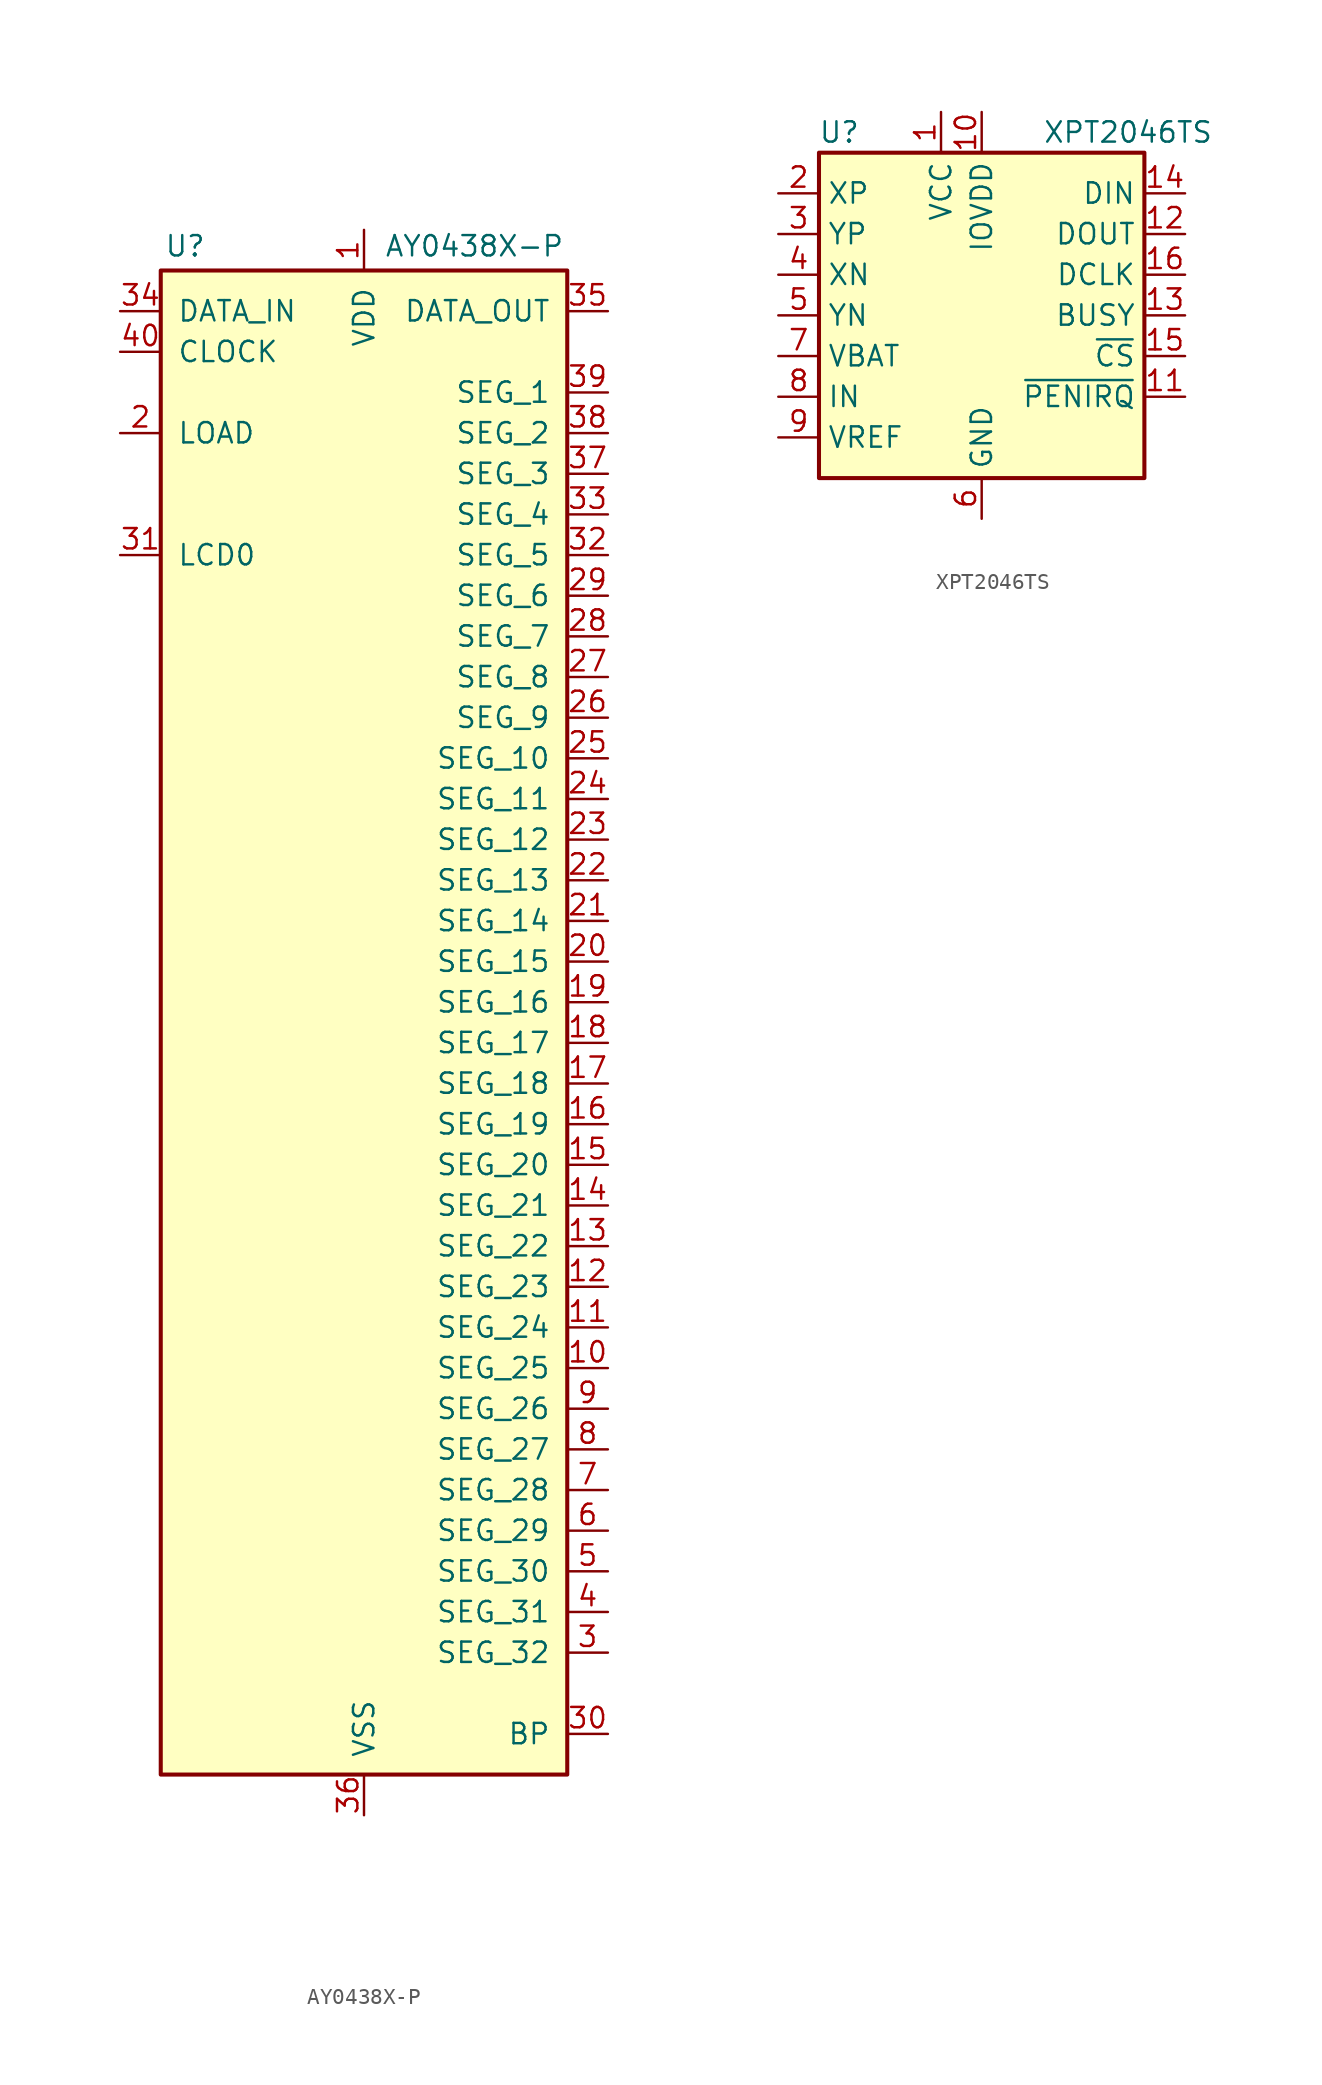
<source format=kicad_sym>
(kicad_symbol_lib
  (version 20231120)
  (generator "kicad_symbol_editor")
  (generator_version "8.0")
  (symbol "AY0438X-P"
    (pin_names
      (offset 1.016))
    (property "Reference" "U"
      (at -11.176 47.244 0)
      (effects (font (size 1.27 1.27))))
    (property "Value" "AY0438X-P"
      (at 1.27 47.244 0)
      (effects (font (size 1.27 1.27)) (justify left)))
    (symbol "AY0438X-P_0_1"
      (rectangle (start -12.7 45.72) (end 12.7 -48.26) (stroke (width 0.254) (type default)) (fill (type background))))
    (symbol "AY0438X-P_1_1"
      (pin power_in line (at 0 48.26 270) (length 2.54) (name "VDD" (effects (font (size 1.27 1.27)))) (number "1" (effects (font (size 1.27 1.27)))))
      (pin output line (at 15.24 -22.86 180) (length 2.54) (name "SEG_25" (effects (font (size 1.27 1.27)))) (number "10" (effects (font (size 1.27 1.27)))))
      (pin output line (at 15.24 -20.32 180) (length 2.54) (name "SEG_24" (effects (font (size 1.27 1.27)))) (number "11" (effects (font (size 1.27 1.27)))))
      (pin output line (at 15.24 -17.78 180) (length 2.54) (name "SEG_23" (effects (font (size 1.27 1.27)))) (number "12" (effects (font (size 1.27 1.27)))))
      (pin output line (at 15.24 -15.24 180) (length 2.54) (name "SEG_22" (effects (font (size 1.27 1.27)))) (number "13" (effects (font (size 1.27 1.27)))))
      (pin output line (at 15.24 -12.7 180) (length 2.54) (name "SEG_21" (effects (font (size 1.27 1.27)))) (number "14" (effects (font (size 1.27 1.27)))))
      (pin output line (at 15.24 -10.16 180) (length 2.54) (name "SEG_20" (effects (font (size 1.27 1.27)))) (number "15" (effects (font (size 1.27 1.27)))))
      (pin output line (at 15.24 -7.62 180) (length 2.54) (name "SEG_19" (effects (font (size 1.27 1.27)))) (number "16" (effects (font (size 1.27 1.27)))))
      (pin output line (at 15.24 -5.08 180) (length 2.54) (name "SEG_18" (effects (font (size 1.27 1.27)))) (number "17" (effects (font (size 1.27 1.27)))))
      (pin output line (at 15.24 -2.54 180) (length 2.54) (name "SEG_17" (effects (font (size 1.27 1.27)))) (number "18" (effects (font (size 1.27 1.27)))))
      (pin output line (at 15.24 0 180) (length 2.54) (name "SEG_16" (effects (font (size 1.27 1.27)))) (number "19" (effects (font (size 1.27 1.27)))))
      (pin input line (at -15.24 35.56 0) (length 2.54) (name "LOAD" (effects (font (size 1.27 1.27)))) (number "2" (effects (font (size 1.27 1.27)))))
      (pin output line (at 15.24 2.54 180) (length 2.54) (name "SEG_15" (effects (font (size 1.27 1.27)))) (number "20" (effects (font (size 1.27 1.27)))))
      (pin output line (at 15.24 5.08 180) (length 2.54) (name "SEG_14" (effects (font (size 1.27 1.27)))) (number "21" (effects (font (size 1.27 1.27)))))
      (pin output line (at 15.24 7.62 180) (length 2.54) (name "SEG_13" (effects (font (size 1.27 1.27)))) (number "22" (effects (font (size 1.27 1.27)))))
      (pin output line (at 15.24 10.16 180) (length 2.54) (name "SEG_12" (effects (font (size 1.27 1.27)))) (number "23" (effects (font (size 1.27 1.27)))))
      (pin output line (at 15.24 12.7 180) (length 2.54) (name "SEG_11" (effects (font (size 1.27 1.27)))) (number "24" (effects (font (size 1.27 1.27)))))
      (pin output line (at 15.24 15.24 180) (length 2.54) (name "SEG_10" (effects (font (size 1.27 1.27)))) (number "25" (effects (font (size 1.27 1.27)))))
      (pin output line (at 15.24 17.78 180) (length 2.54) (name "SEG_9" (effects (font (size 1.27 1.27)))) (number "26" (effects (font (size 1.27 1.27)))))
      (pin output line (at 15.24 20.32 180) (length 2.54) (name "SEG_8" (effects (font (size 1.27 1.27)))) (number "27" (effects (font (size 1.27 1.27)))))
      (pin output line (at 15.24 22.86 180) (length 2.54) (name "SEG_7" (effects (font (size 1.27 1.27)))) (number "28" (effects (font (size 1.27 1.27)))))
      (pin output line (at 15.24 25.4 180) (length 2.54) (name "SEG_6" (effects (font (size 1.27 1.27)))) (number "29" (effects (font (size 1.27 1.27)))))
      (pin output line (at 15.24 -40.64 180) (length 2.54) (name "SEG_32" (effects (font (size 1.27 1.27)))) (number "3" (effects (font (size 1.27 1.27)))))
      (pin output line (at 15.24 -45.72 180) (length 2.54) (name "BP" (effects (font (size 1.27 1.27)))) (number "30" (effects (font (size 1.27 1.27)))))
      (pin input line (at -15.24 27.94 0) (length 2.54) (name "LCD0" (effects (font (size 1.27 1.27)))) (number "31" (effects (font (size 1.27 1.27)))))
      (pin output line (at 15.24 27.94 180) (length 2.54) (name "SEG_5" (effects (font (size 1.27 1.27)))) (number "32" (effects (font (size 1.27 1.27)))))
      (pin output line (at 15.24 30.48 180) (length 2.54) (name "SEG_4" (effects (font (size 1.27 1.27)))) (number "33" (effects (font (size 1.27 1.27)))))
      (pin input line (at -15.24 43.18 0) (length 2.54) (name "DATA_IN" (effects (font (size 1.27 1.27)))) (number "34" (effects (font (size 1.27 1.27)))))
      (pin output line (at 15.24 43.18 180) (length 2.54) (name "DATA_OUT" (effects (font (size 1.27 1.27)))) (number "35" (effects (font (size 1.27 1.27)))))
      (pin power_in line (at 0 -50.8 90) (length 2.54) (name "VSS" (effects (font (size 1.27 1.27)))) (number "36" (effects (font (size 1.27 1.27)))))
      (pin output line (at 15.24 33.02 180) (length 2.54) (name "SEG_3" (effects (font (size 1.27 1.27)))) (number "37" (effects (font (size 1.27 1.27)))))
      (pin output line (at 15.24 35.56 180) (length 2.54) (name "SEG_2" (effects (font (size 1.27 1.27)))) (number "38" (effects (font (size 1.27 1.27)))))
      (pin output line (at 15.24 38.1 180) (length 2.54) (name "SEG_1" (effects (font (size 1.27 1.27)))) (number "39" (effects (font (size 1.27 1.27)))))
      (pin output line (at 15.24 -38.1 180) (length 2.54) (name "SEG_31" (effects (font (size 1.27 1.27)))) (number "4" (effects (font (size 1.27 1.27)))))
      (pin input line (at -15.24 40.64 0) (length 2.54) (name "CLOCK" (effects (font (size 1.27 1.27)))) (number "40" (effects (font (size 1.27 1.27)))))
      (pin output line (at 15.24 -35.56 180) (length 2.54) (name "SEG_30" (effects (font (size 1.27 1.27)))) (number "5" (effects (font (size 1.27 1.27)))))
      (pin output line (at 15.24 -33.02 180) (length 2.54) (name "SEG_29" (effects (font (size 1.27 1.27)))) (number "6" (effects (font (size 1.27 1.27)))))
      (pin output line (at 15.24 -30.48 180) (length 2.54) (name "SEG_28" (effects (font (size 1.27 1.27)))) (number "7" (effects (font (size 1.27 1.27)))))
      (pin output line (at 15.24 -27.94 180) (length 2.54) (name "SEG_27" (effects (font (size 1.27 1.27)))) (number "8" (effects (font (size 1.27 1.27)))))
      (pin output line (at 15.24 -25.4 180) (length 2.54) (name "SEG_26" (effects (font (size 1.27 1.27)))) (number "9" (effects (font (size 1.27 1.27)))))))
  (symbol "XPT2046TS"
    (property "Reference" "U"
      (at -8.89 11.43 0)
      (effects (font (size 1.27 1.27))))
    (property "Value" "XPT2046TS"
      (at 3.81 11.43 0)
      (effects (font (size 1.27 1.27)) (justify left)))
    (symbol "XPT2046TS_0_1"
      (rectangle (start -10.16 10.16) (end 10.16 -10.16) (stroke (width 0.254) (type default)) (fill (type background))))
    (symbol "XPT2046TS_1_1"
      (pin power_in line (at -2.54 12.7 270) (length 2.54) (name "VCC" (effects (font (size 1.27 1.27)))) (number "1" (effects (font (size 1.27 1.27)))))
      (pin power_in line (at 0 12.7 270) (length 2.54) (name "IOVDD" (effects (font (size 1.27 1.27)))) (number "10" (effects (font (size 1.27 1.27)))))
      (pin open_collector line (at 12.7 -5.08 180) (length 2.54) (name "~{PENIRQ}" (effects (font (size 1.27 1.27)))) (number "11" (effects (font (size 1.27 1.27)))))
      (pin output line (at 12.7 5.08 180) (length 2.54) (name "DOUT" (effects (font (size 1.27 1.27)))) (number "12" (effects (font (size 1.27 1.27)))))
      (pin output line (at 12.7 0 180) (length 2.54) (name "BUSY" (effects (font (size 1.27 1.27)))) (number "13" (effects (font (size 1.27 1.27)))))
      (pin input line (at 12.7 7.62 180) (length 2.54) (name "DIN" (effects (font (size 1.27 1.27)))) (number "14" (effects (font (size 1.27 1.27)))))
      (pin input line (at 12.7 -2.54 180) (length 2.54) (name "~{CS}" (effects (font (size 1.27 1.27)))) (number "15" (effects (font (size 1.27 1.27)))))
      (pin input line (at 12.7 2.54 180) (length 2.54) (name "DCLK" (effects (font (size 1.27 1.27)))) (number "16" (effects (font (size 1.27 1.27)))))
      (pin input line (at -12.7 7.62 0) (length 2.54) (name "XP" (effects (font (size 1.27 1.27)))) (number "2" (effects (font (size 1.27 1.27)))))
      (pin input line (at -12.7 5.08 0) (length 2.54) (name "YP" (effects (font (size 1.27 1.27)))) (number "3" (effects (font (size 1.27 1.27)))))
      (pin input line (at -12.7 2.54 0) (length 2.54) (name "XN" (effects (font (size 1.27 1.27)))) (number "4" (effects (font (size 1.27 1.27)))))
      (pin input line (at -12.7 0 0) (length 2.54) (name "YN" (effects (font (size 1.27 1.27)))) (number "5" (effects (font (size 1.27 1.27)))))
      (pin power_in line (at 0 -12.7 90) (length 2.54) (name "GND" (effects (font (size 1.27 1.27)))) (number "6" (effects (font (size 1.27 1.27)))))
      (pin power_in line (at -12.7 -2.54 0) (length 2.54) (name "VBAT" (effects (font (size 1.27 1.27)))) (number "7" (effects (font (size 1.27 1.27)))))
      (pin input line (at -12.7 -5.08 0) (length 2.54) (name "IN" (effects (font (size 1.27 1.27)))) (number "8" (effects (font (size 1.27 1.27)))))
      (pin bidirectional line (at -12.7 -7.62 0) (length 2.54) (name "VREF" (effects (font (size 1.27 1.27)))) (number "9" (effects (font (size 1.27 1.27))))))))
</source>
